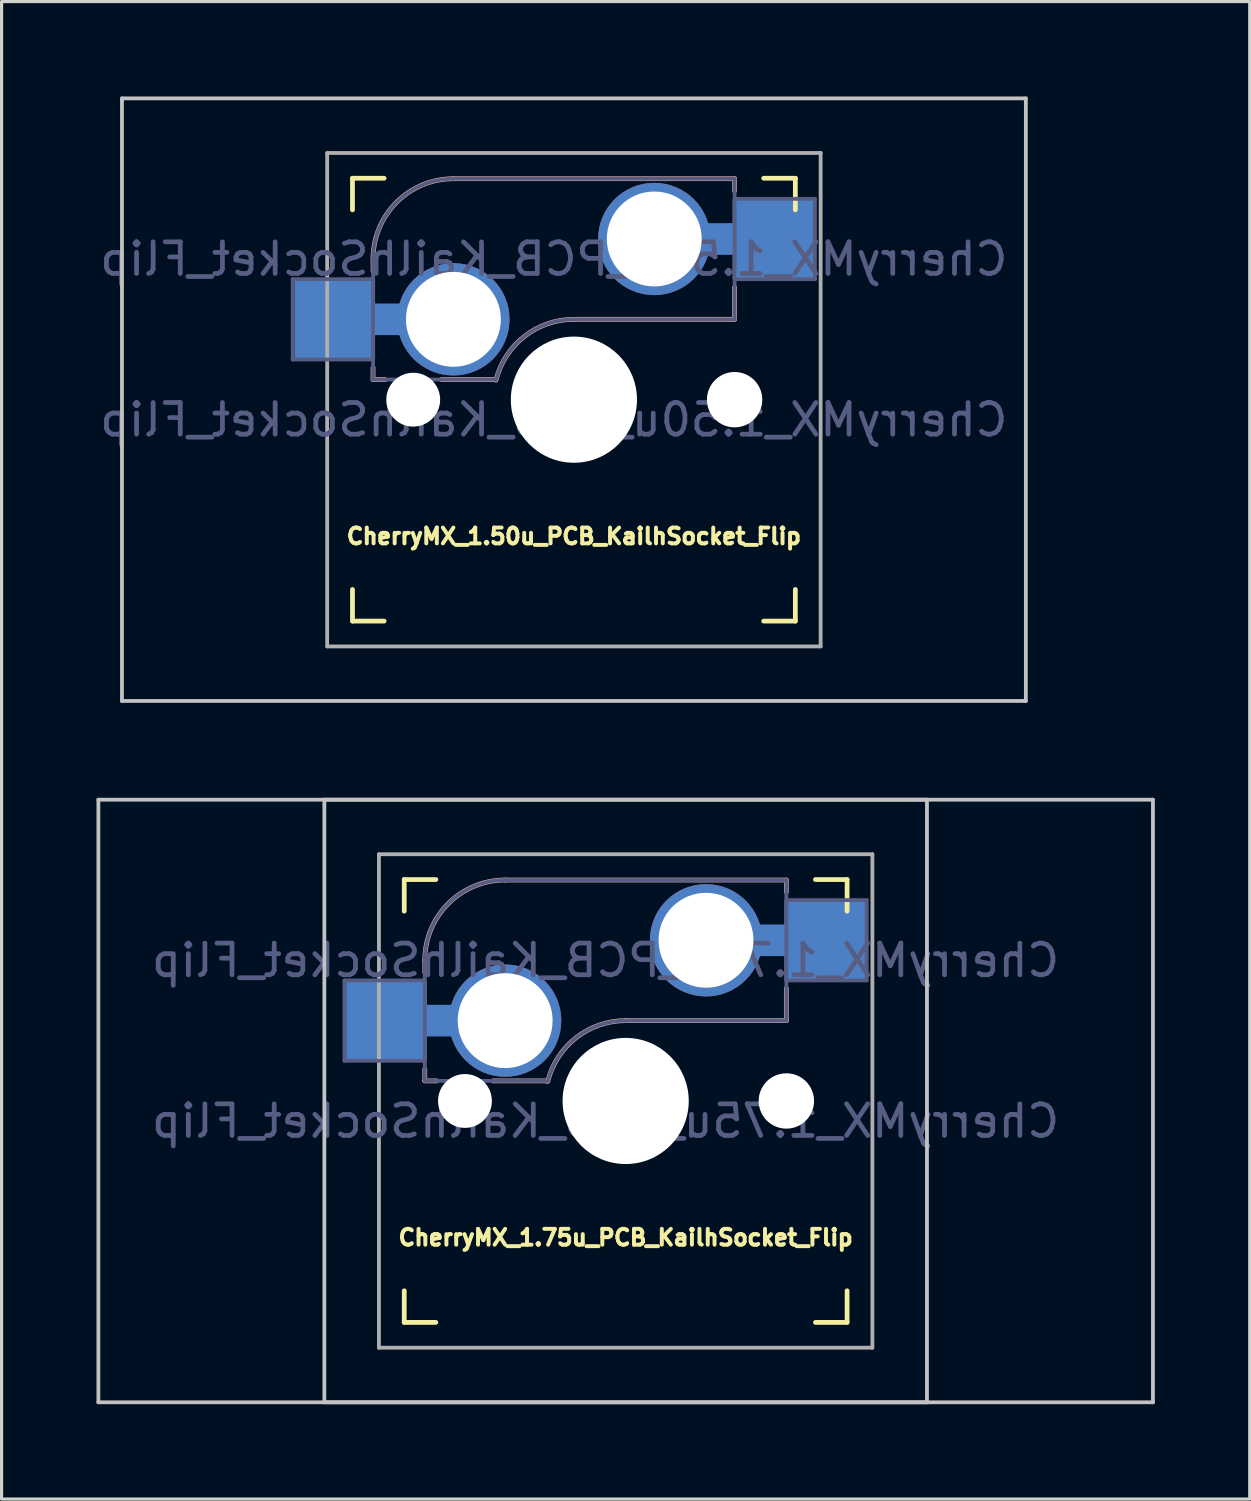
<source format=kicad_pcb>
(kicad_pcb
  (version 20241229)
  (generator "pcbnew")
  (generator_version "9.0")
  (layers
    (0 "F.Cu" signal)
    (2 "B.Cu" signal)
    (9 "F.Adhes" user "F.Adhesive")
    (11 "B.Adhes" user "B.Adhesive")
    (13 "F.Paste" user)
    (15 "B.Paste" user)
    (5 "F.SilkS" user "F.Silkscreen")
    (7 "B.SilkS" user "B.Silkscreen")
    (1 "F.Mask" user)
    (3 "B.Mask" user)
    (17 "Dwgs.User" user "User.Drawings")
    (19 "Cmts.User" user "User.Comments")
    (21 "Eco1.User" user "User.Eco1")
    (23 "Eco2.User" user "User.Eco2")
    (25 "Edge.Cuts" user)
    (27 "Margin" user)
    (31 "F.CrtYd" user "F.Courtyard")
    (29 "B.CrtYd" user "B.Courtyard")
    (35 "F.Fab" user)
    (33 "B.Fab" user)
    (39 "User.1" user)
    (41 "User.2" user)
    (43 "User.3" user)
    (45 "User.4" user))
  (footprint "CherryMX_1.75u_PCB_KailhSocket_Flip"
    (layer "F.Cu")
    (at 16.729 31.755)
    (property "Reference" "CherryMX_1.75u_PCB_KailhSocket_Flip" (at 0 4.318 0) (layer "F.SilkS") (effects (font (size 0.5 0.5) (thickness 0.125))))
    (property "Value" "CherryMX_1.75u_PCB_KailhSocket_Flip" (at 0 8.662 0) (layer "F.Fab") (hide yes) (effects (font (size 1 1) (thickness 0.15))))
    (attr through_hole)
    (fp_line (start -7 -6) (end -7 -7) (stroke (width 0.15) (type solid)) (layer "F.SilkS"))
    (fp_line (start -7 7) (end -7 6) (stroke (width 0.15) (type solid)) (layer "F.SilkS"))
    (fp_line (start -7 7) (end -6 7) (stroke (width 0.15) (type solid)) (layer "F.SilkS"))
    (fp_line (start -6 -7) (end -7 -7) (stroke (width 0.15) (type solid)) (layer "F.SilkS"))
    (fp_line (start 6 7) (end 7 7) (stroke (width 0.15) (type solid)) (layer "F.SilkS"))
    (fp_line (start 7 -7) (end 6 -7) (stroke (width 0.15) (type solid)) (layer "F.SilkS"))
    (fp_line (start 7 -7) (end 7 -6) (stroke (width 0.15) (type solid)) (layer "F.SilkS"))
    (fp_line (start 7 6) (end 7 7) (stroke (width 0.15) (type solid)) (layer "F.SilkS"))
    (fp_line (start -6.35 -4.445) (end -6.35 -4.064) (stroke (width 0.15) (type solid)) (layer "B.SilkS"))
    (fp_line (start -6.35 -1.016) (end -6.35 -0.635) (stroke (width 0.15) (type solid)) (layer "B.SilkS"))
    (fp_line (start -5.969 -0.635) (end -6.35 -0.635) (stroke (width 0.15) (type solid)) (layer "B.SilkS"))
    (fp_line (start -3.81 -6.985) (end 5.08 -6.985) (stroke (width 0.15) (type solid)) (layer "B.SilkS"))
    (fp_line (start -2.464 -0.635) (end -4.191 -0.635) (stroke (width 0.15) (type solid)) (layer "B.SilkS"))
    (fp_line (start 5.08 -6.985) (end 5.08 -6.604) (stroke (width 0.15) (type solid)) (layer "B.SilkS"))
    (fp_line (start 5.08 -3.556) (end 5.08 -2.54) (stroke (width 0.15) (type solid)) (layer "B.SilkS"))
    (fp_line (start 5.08 -2.54) (end 0 -2.54) (stroke (width 0.15) (type solid)) (layer "B.SilkS"))
    (fp_arc (start -6.35 -4.445) (mid -5.606051 -6.241051) (end -3.81 -6.985) (stroke (width 0.15) (type solid)) (layer "B.SilkS"))
    (fp_arc (start -2.464162 -0.61604) (mid -1.563147 -2.002042) (end 0 -2.54) (stroke (width 0.15) (type solid)) (layer "B.SilkS"))
    (fp_line (start -16.669 -9.525) (end 16.669 -9.525) (stroke (width 0.12) (type solid)) (layer "Dwgs.User"))
    (fp_line (start -16.669 9.525) (end -16.669 -9.525) (stroke (width 0.12) (type solid)) (layer "Dwgs.User"))
    (fp_line (start -9.525 -9.525) (end 9.525 -9.525) (stroke (width 0.12) (type solid)) (layer "Dwgs.User"))
    (fp_line (start -9.525 9.525) (end -9.525 -9.525) (stroke (width 0.12) (type solid)) (layer "Dwgs.User"))
    (fp_line (start 9.525 -9.525) (end 9.525 9.525) (stroke (width 0.12) (type solid)) (layer "Dwgs.User"))
    (fp_line (start 9.525 9.525) (end -9.525 9.525) (stroke (width 0.12) (type solid)) (layer "Dwgs.User"))
    (fp_line (start 16.669 -9.525) (end 16.669 9.525) (stroke (width 0.12) (type solid)) (layer "Dwgs.User"))
    (fp_line (start 16.669 9.525) (end -16.669 9.525) (stroke (width 0.12) (type solid)) (layer "Dwgs.User"))
    (fp_line (start -6.9 6.9) (end -6.9 -6.9) (stroke (width 0.15) (type solid)) (layer "Eco2.User"))
    (fp_line (start -6.9 6.9) (end 6.9 6.9) (stroke (width 0.15) (type solid)) (layer "Eco2.User"))
    (fp_line (start 6.9 -6.9) (end -6.9 -6.9) (stroke (width 0.15) (type solid)) (layer "Eco2.User"))
    (fp_line (start 6.9 -6.9) (end 6.9 6.9) (stroke (width 0.15) (type solid)) (layer "Eco2.User"))
    (fp_line (start -8.89 -3.81) (end -6.35 -3.81) (stroke (width 0.12) (type solid)) (layer "B.Fab"))
    (fp_line (start -8.89 -1.27) (end -8.89 -3.81) (stroke (width 0.12) (type solid)) (layer "B.Fab"))
    (fp_line (start -6.35 -1.27) (end -8.89 -1.27) (stroke (width 0.12) (type solid)) (layer "B.Fab"))
    (fp_line (start -6.35 -0.635) (end -6.35 -4.445) (stroke (width 0.12) (type solid)) (layer "B.Fab"))
    (fp_line (start -6.35 -0.635) (end -2.54 -0.635) (stroke (width 0.12) (type solid)) (layer "B.Fab"))
    (fp_line (start -3.81 -6.985) (end 5.08 -6.985) (stroke (width 0.12) (type solid)) (layer "B.Fab"))
    (fp_line (start 5.08 -6.985) (end 5.08 -2.54) (stroke (width 0.12) (type solid)) (layer "B.Fab"))
    (fp_line (start 5.08 -6.35) (end 7.62 -6.35) (stroke (width 0.12) (type solid)) (layer "B.Fab"))
    (fp_line (start 5.08 -2.54) (end 0 -2.54) (stroke (width 0.12) (type solid)) (layer "B.Fab"))
    (fp_line (start 7.62 -6.35) (end 7.62 -3.81) (stroke (width 0.12) (type solid)) (layer "B.Fab"))
    (fp_line (start 7.62 -3.81) (end 5.08 -3.81) (stroke (width 0.12) (type solid)) (layer "B.Fab"))
    (fp_arc (start -6.35 -4.445) (mid -5.606051 -6.241051) (end -3.81 -6.985) (stroke (width 0.12) (type solid)) (layer "B.Fab"))
    (fp_arc (start -2.464162 -0.61604) (mid -1.563147 -2.002042) (end 0 -2.54) (stroke (width 0.12) (type solid)) (layer "B.Fab"))
    (fp_line (start -7.8 -7.8) (end -7.8 7.8) (stroke (width 0.12) (type solid)) (layer "F.Fab"))
    (fp_line (start -7.8 -7.8) (end 7.8 -7.8) (stroke (width 0.12) (type solid)) (layer "F.Fab"))
    (fp_line (start -7.8 7.8) (end 7.8 7.8) (stroke (width 0.12) (type solid)) (layer "F.Fab"))
    (fp_line (start 7.8 -7.8) (end 7.8 7.8) (stroke (width 0.12) (type solid)) (layer "F.Fab"))
    (fp_text user "${REFERENCE}" (at -0.635 -4.445 0) (layer "B.Fab") (effects (font (size 1 1) (thickness 0.15)) (justify mirror)))
    (fp_text user "${VALUE}" (at -0.635 0.635 0) (layer "B.Fab") (effects (font (size 1 1) (thickness 0.15)) (justify mirror)))
    (pad "" np_thru_hole circle (at -5.08 0) (size 1.702 1.702) (drill 1.702) (layers "*.Cu" "*.Mask"))
    (pad "" np_thru_hole circle (at 0 0) (size 3.988 3.988) (drill 3.988) (layers "*.Cu" "*.Mask"))
    (pad "" np_thru_hole circle (at 5.08 0) (size 1.702 1.702) (drill 1.702) (layers "*.Cu" "*.Mask"))
    (pad "" np_thru_hole circle (at 5.08 0) (size 1.75 1.75) (drill 1.75) (layers "*.Cu" "*.Mask"))
    (pad "1" thru_hole circle (at 2.54 -5.08) (size 3.55 3.55) (drill 3) (layers "*.Cu"))
    (pad "1" connect rect (at 5.015 -5.08 270) (size 1 2.5) (layers "B.Cu"))
    (pad "1" smd rect (at 6.29 -5.08) (size 2.55 2.5) (layers "B.Cu" "B.Mask" "B.Paste"))
    (pad "2" smd rect (at -7.56 -2.54) (size 2.55 2.5) (layers "B.Cu" "B.Mask" "B.Paste"))
    (pad "2" connect rect (at -5.715 -2.54 90) (size 1 2.5) (layers "B.Cu"))
    (pad "2" thru_hole circle (at -3.81 -2.54) (size 3.55 3.55) (drill 3) (layers "*.Cu")))
  (footprint "CherryMX_1.50u_PCB_KailhSocket_Flip"
    (layer "F.Cu")
    (at 15.093 9.585)
    (property "Reference" "CherryMX_1.50u_PCB_KailhSocket_Flip" (at 0 4.318 0) (layer "F.SilkS") (effects (font (size 0.5 0.5) (thickness 0.125))))
    (property "Value" "CherryMX_1.50u_PCB_KailhSocket_Flip" (at 0 8.662 0) (layer "F.Fab") (hide yes) (effects (font (size 1 1) (thickness 0.15))))
    (attr through_hole)
    (fp_line (start -7 -6) (end -7 -7) (stroke (width 0.15) (type solid)) (layer "F.SilkS"))
    (fp_line (start -7 7) (end -7 6) (stroke (width 0.15) (type solid)) (layer "F.SilkS"))
    (fp_line (start -7 7) (end -6 7) (stroke (width 0.15) (type solid)) (layer "F.SilkS"))
    (fp_line (start -6 -7) (end -7 -7) (stroke (width 0.15) (type solid)) (layer "F.SilkS"))
    (fp_line (start 6 7) (end 7 7) (stroke (width 0.15) (type solid)) (layer "F.SilkS"))
    (fp_line (start 7 -7) (end 6 -7) (stroke (width 0.15) (type solid)) (layer "F.SilkS"))
    (fp_line (start 7 -7) (end 7 -6) (stroke (width 0.15) (type solid)) (layer "F.SilkS"))
    (fp_line (start 7 6) (end 7 7) (stroke (width 0.15) (type solid)) (layer "F.SilkS"))
    (fp_line (start -6.35 -4.445) (end -6.35 -4.064) (stroke (width 0.15) (type solid)) (layer "B.SilkS"))
    (fp_line (start -6.35 -1.016) (end -6.35 -0.635) (stroke (width 0.15) (type solid)) (layer "B.SilkS"))
    (fp_line (start -5.969 -0.635) (end -6.35 -0.635) (stroke (width 0.15) (type solid)) (layer "B.SilkS"))
    (fp_line (start -3.81 -6.985) (end 5.08 -6.985) (stroke (width 0.15) (type solid)) (layer "B.SilkS"))
    (fp_line (start -2.464 -0.635) (end -4.191 -0.635) (stroke (width 0.15) (type solid)) (layer "B.SilkS"))
    (fp_line (start 5.08 -6.985) (end 5.08 -6.604) (stroke (width 0.15) (type solid)) (layer "B.SilkS"))
    (fp_line (start 5.08 -3.556) (end 5.08 -2.54) (stroke (width 0.15) (type solid)) (layer "B.SilkS"))
    (fp_line (start 5.08 -2.54) (end 0 -2.54) (stroke (width 0.15) (type solid)) (layer "B.SilkS"))
    (fp_arc (start -6.35 -4.445) (mid -5.606051 -6.241051) (end -3.81 -6.985) (stroke (width 0.15) (type solid)) (layer "B.SilkS"))
    (fp_arc (start -2.464162 -0.61604) (mid -1.563147 -2.002042) (end 0 -2.54) (stroke (width 0.15) (type solid)) (layer "B.SilkS"))
    (fp_line (start -14.287 -9.525) (end 14.287 -9.525) (stroke (width 0.12) (type solid)) (layer "Dwgs.User"))
    (fp_line (start -14.287 9.525) (end -14.287 -9.525) (stroke (width 0.12) (type solid)) (layer "Dwgs.User"))
    (fp_line (start 14.287 -9.525) (end 14.287 9.525) (stroke (width 0.12) (type solid)) (layer "Dwgs.User"))
    (fp_line (start 14.287 9.525) (end -14.287 9.525) (stroke (width 0.12) (type solid)) (layer "Dwgs.User"))
    (fp_line (start -6.9 6.9) (end -6.9 -6.9) (stroke (width 0.15) (type solid)) (layer "Eco2.User"))
    (fp_line (start -6.9 6.9) (end 6.9 6.9) (stroke (width 0.15) (type solid)) (layer "Eco2.User"))
    (fp_line (start 6.9 -6.9) (end -6.9 -6.9) (stroke (width 0.15) (type solid)) (layer "Eco2.User"))
    (fp_line (start 6.9 -6.9) (end 6.9 6.9) (stroke (width 0.15) (type solid)) (layer "Eco2.User"))
    (fp_line (start -8.89 -3.81) (end -6.35 -3.81) (stroke (width 0.12) (type solid)) (layer "B.Fab"))
    (fp_line (start -8.89 -1.27) (end -8.89 -3.81) (stroke (width 0.12) (type solid)) (layer "B.Fab"))
    (fp_line (start -6.35 -1.27) (end -8.89 -1.27) (stroke (width 0.12) (type solid)) (layer "B.Fab"))
    (fp_line (start -6.35 -0.635) (end -6.35 -4.445) (stroke (width 0.12) (type solid)) (layer "B.Fab"))
    (fp_line (start -6.35 -0.635) (end -2.54 -0.635) (stroke (width 0.12) (type solid)) (layer "B.Fab"))
    (fp_line (start -3.81 -6.985) (end 5.08 -6.985) (stroke (width 0.12) (type solid)) (layer "B.Fab"))
    (fp_line (start 5.08 -6.985) (end 5.08 -2.54) (stroke (width 0.12) (type solid)) (layer "B.Fab"))
    (fp_line (start 5.08 -6.35) (end 7.62 -6.35) (stroke (width 0.12) (type solid)) (layer "B.Fab"))
    (fp_line (start 5.08 -2.54) (end 0 -2.54) (stroke (width 0.12) (type solid)) (layer "B.Fab"))
    (fp_line (start 7.62 -6.35) (end 7.62 -3.81) (stroke (width 0.12) (type solid)) (layer "B.Fab"))
    (fp_line (start 7.62 -3.81) (end 5.08 -3.81) (stroke (width 0.12) (type solid)) (layer "B.Fab"))
    (fp_arc (start -6.35 -4.445) (mid -5.606051 -6.241051) (end -3.81 -6.985) (stroke (width 0.12) (type solid)) (layer "B.Fab"))
    (fp_arc (start -2.464162 -0.61604) (mid -1.563147 -2.002042) (end 0 -2.54) (stroke (width 0.12) (type solid)) (layer "B.Fab"))
    (fp_line (start -7.8 -7.8) (end -7.8 7.8) (stroke (width 0.12) (type solid)) (layer "F.Fab"))
    (fp_line (start -7.8 -7.8) (end 7.8 -7.8) (stroke (width 0.12) (type solid)) (layer "F.Fab"))
    (fp_line (start -7.8 7.8) (end 7.8 7.8) (stroke (width 0.12) (type solid)) (layer "F.Fab"))
    (fp_line (start 7.8 -7.8) (end 7.8 7.8) (stroke (width 0.12) (type solid)) (layer "F.Fab"))
    (fp_text user "${VALUE}" (at -0.635 0.635 0) (layer "B.Fab") (effects (font (size 1 1) (thickness 0.15)) (justify mirror)))
    (fp_text user "${REFERENCE}" (at -0.635 -4.445 0) (layer "B.Fab") (effects (font (size 1 1) (thickness 0.15)) (justify mirror)))
    (pad "" np_thru_hole circle (at -5.08 0) (size 1.702 1.702) (drill 1.702) (layers "*.Cu" "*.Mask"))
    (pad "" np_thru_hole circle (at 0 0) (size 3.988 3.988) (drill 3.988) (layers "*.Cu" "*.Mask"))
    (pad "" np_thru_hole circle (at 5.08 0) (size 1.702 1.702) (drill 1.702) (layers "*.Cu" "*.Mask"))
    (pad "" np_thru_hole circle (at 5.08 0) (size 1.75 1.75) (drill 1.75) (layers "*.Cu" "*.Mask"))
    (pad "1" thru_hole circle (at 2.54 -5.08) (size 3.55 3.55) (drill 3) (layers "*.Cu"))
    (pad "1" connect rect (at 5.015 -5.08 270) (size 1 2.5) (layers "B.Cu"))
    (pad "1" smd rect (at 6.29 -5.08) (size 2.55 2.5) (layers "B.Cu" "B.Mask" "B.Paste"))
    (pad "2" smd rect (at -7.56 -2.54) (size 2.55 2.5) (layers "B.Cu" "B.Mask" "B.Paste"))
    (pad "2" connect rect (at -5.715 -2.54 90) (size 1 2.5) (layers "B.Cu"))
    (pad "2" thru_hole circle (at -3.81 -2.54) (size 3.55 3.55) (drill 3) (layers "*.Cu")))
  (gr_rect
    (start -3 -3)
    (end 36.458 44.34)
    (stroke (width 0.1) (type default))
    (fill no)
    (layer "Edge.Cuts")))
</source>
